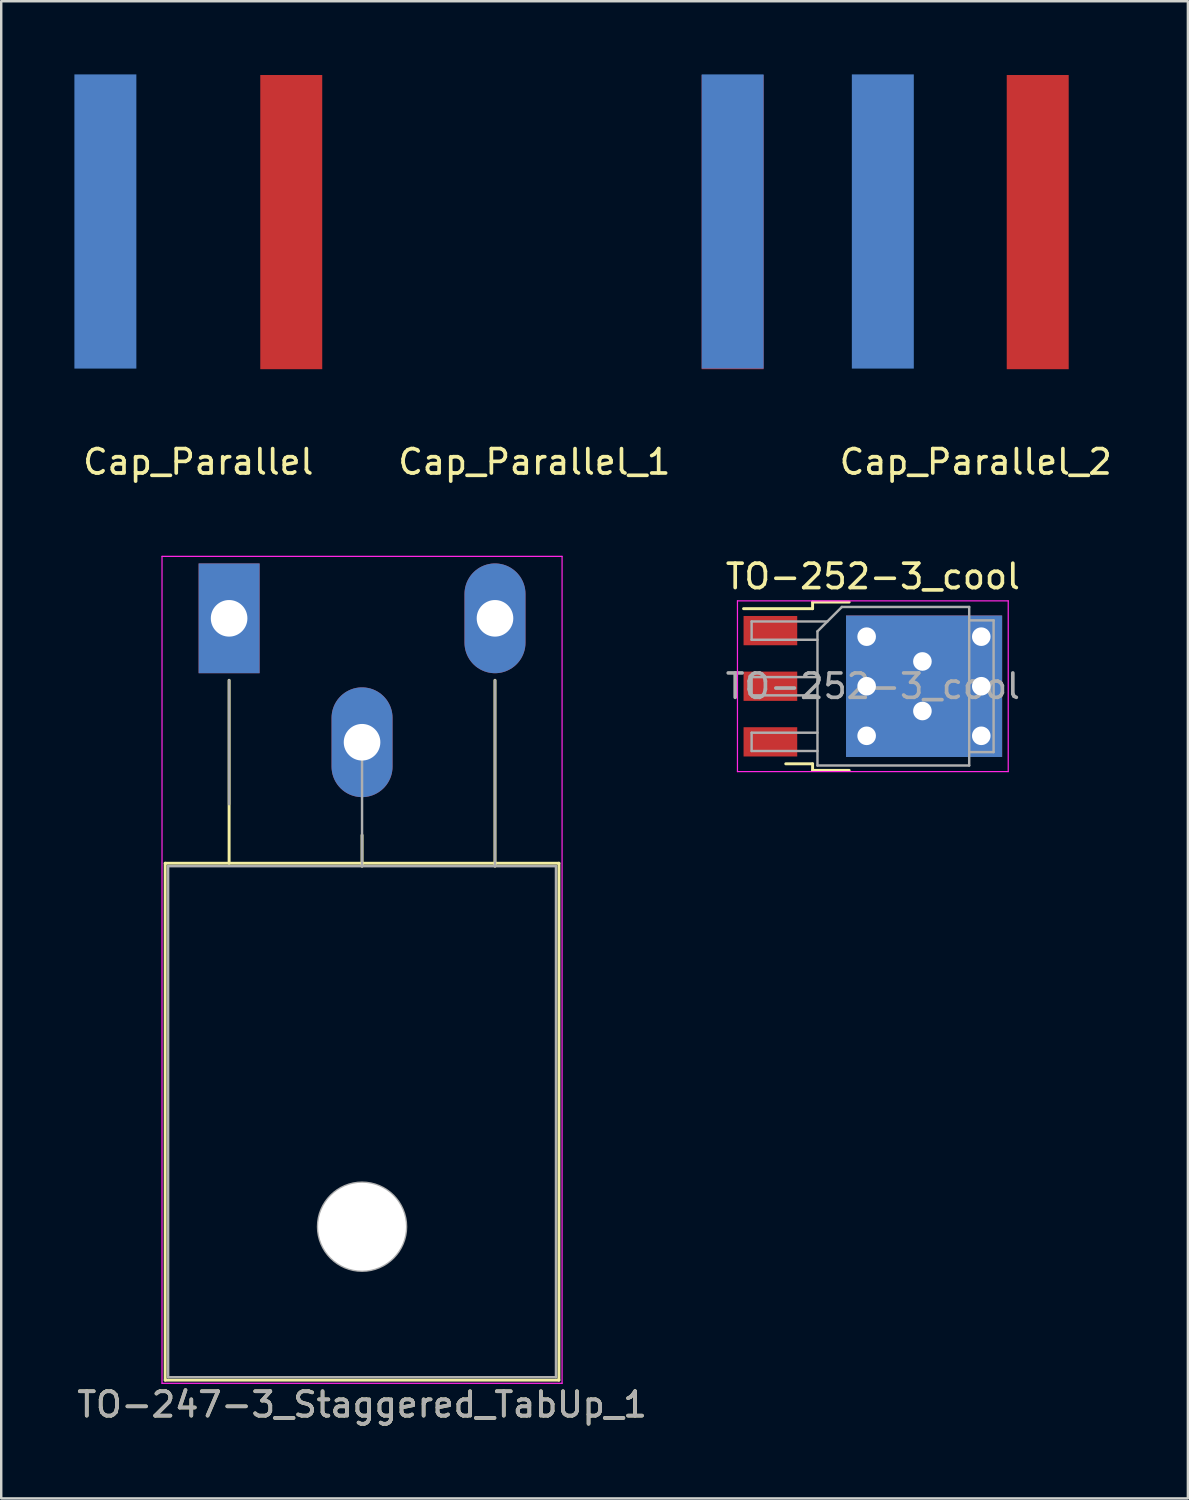
<source format=kicad_pcb>
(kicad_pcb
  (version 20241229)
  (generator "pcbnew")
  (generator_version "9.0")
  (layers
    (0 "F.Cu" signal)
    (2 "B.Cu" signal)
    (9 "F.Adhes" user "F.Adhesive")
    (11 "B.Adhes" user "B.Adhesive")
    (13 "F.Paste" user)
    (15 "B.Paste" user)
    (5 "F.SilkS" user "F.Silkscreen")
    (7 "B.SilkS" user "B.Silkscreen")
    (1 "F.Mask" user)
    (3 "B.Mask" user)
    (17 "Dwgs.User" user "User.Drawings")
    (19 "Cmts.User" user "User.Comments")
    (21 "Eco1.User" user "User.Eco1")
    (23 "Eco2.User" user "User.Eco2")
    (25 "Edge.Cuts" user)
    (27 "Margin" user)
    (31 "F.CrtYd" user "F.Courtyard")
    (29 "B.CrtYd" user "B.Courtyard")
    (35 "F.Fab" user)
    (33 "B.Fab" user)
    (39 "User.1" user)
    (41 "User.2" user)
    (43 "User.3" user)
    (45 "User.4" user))
  (footprint "TO-247-3_Staggered_TabUp_1"
    (layer "F.Cu")
    (at 6.342 27.378)
    (property "Reference" "TO-247-3_Staggered_TabUp_1" (at 5.45 27.15 0) (layer "F.SilkS") (effects (font (size 1 1) (thickness 0.15))))
    (attr through_hole)
    (fp_line (start -2.62 4.96) (end -2.62 26.15) (stroke (width 0.12) (type solid)) (layer "F.SilkS"))
    (fp_line (start -2.62 4.96) (end 13.52 4.96) (stroke (width 0.12) (type solid)) (layer "F.SilkS"))
    (fp_line (start -2.62 26.15) (end 13.52 26.15) (stroke (width 0.12) (type solid)) (layer "F.SilkS"))
    (fp_line (start 0 -2.54) (end 0 4.96) (stroke (width 0.12) (type solid)) (layer "F.SilkS"))
    (fp_line (start 5.45 3.81) (end 5.45 5.08) (stroke (width 0.12) (type solid)) (layer "F.SilkS"))
    (fp_line (start 10.9 -2.54) (end 10.9 5.08) (stroke (width 0.12) (type solid)) (layer "F.SilkS"))
    (fp_line (start 13.52 4.96) (end 13.52 26.15) (stroke (width 0.12) (type solid)) (layer "F.SilkS"))
    (fp_line (start -2.75 -7.62) (end -2.75 26.28) (stroke (width 0.05) (type solid)) (layer "F.CrtYd"))
    (fp_line (start -2.75 26.28) (end 13.65 26.28) (stroke (width 0.05) (type solid)) (layer "F.CrtYd"))
    (fp_line (start 13.65 -7.62) (end -2.75 -7.62) (stroke (width 0.05) (type solid)) (layer "F.CrtYd"))
    (fp_line (start 13.65 26.28) (end 13.65 -7.62) (stroke (width 0.05) (type solid)) (layer "F.CrtYd"))
    (fp_line (start -2.5 5.08) (end -2.5 26.03) (stroke (width 0.1) (type solid)) (layer "F.Fab"))
    (fp_line (start -2.5 26.03) (end 13.4 26.03) (stroke (width 0.1) (type solid)) (layer "F.Fab"))
    (fp_line (start 0 2.54) (end 0 -2.54) (stroke (width 0.1) (type solid)) (layer "F.Fab"))
    (fp_line (start 5.45 5.08) (end 5.45 0) (stroke (width 0.1) (type solid)) (layer "F.Fab"))
    (fp_line (start 10.9 5.08) (end 10.9 -2.54) (stroke (width 0.1) (type solid)) (layer "F.Fab"))
    (fp_line (start 13.4 5.08) (end -2.5 5.08) (stroke (width 0.1) (type solid)) (layer "F.Fab"))
    (fp_line (start 13.4 26.03) (end 13.4 5.08) (stroke (width 0.1) (type solid)) (layer "F.Fab"))
    (fp_circle (center 5.45 19.86) (end 7.255 19.86) (stroke (width 0.1) (type solid)) (fill no) (layer "F.Fab"))
    (fp_text user "${REFERENCE}" (at 5.45 27.15 0) (layer "F.Fab") (effects (font (size 1 1) (thickness 0.15))))
    (pad "" np_thru_hole oval (at 5.45 19.86) (size 3.6 3.6) (drill 3.6) (layers "*.Cu" "*.Mask"))
    (pad "1" thru_hole rect (at 0 -5.08) (size 2.5 4.5) (drill 1.5) (layers "*.Cu" "*.Mask"))
    (pad "2" thru_hole oval (at 5.45 0) (size 2.5 4.5) (drill 1.5) (layers "*.Cu" "*.Mask"))
    (pad "3" thru_hole oval (at 10.9 -5.08) (size 2.5 4.5) (drill 1.5) (layers "*.Cu" "*.Mask")))
  (footprint "Cap_Parallel_2"
    (layer "F.Cu")
    (at 36.951 12.075)
    (property "Reference" "Cap_Parallel_2" (at 0 3.81 0) (layer "F.SilkS") (effects (font (size 1 1) (thickness 0.15))))
    (attr through_hole)
    (pad "1" smd rect (at -3.81 -6.045) (size 2.54 12.06) (layers "B.Cu" "B.Mask" "B.Paste"))
    (pad "2" smd rect (at 2.54 -6.02) (size 2.54 12.06) (layers "F.Cu" "F.Mask" "F.Paste")))
  (footprint "Cap_Parallel"
    (layer "F.Cu")
    (at 5.08 12.075)
    (property "Reference" "Cap_Parallel" (at 0 3.81 0) (layer "F.SilkS") (effects (font (size 1 1) (thickness 0.15))))
    (attr through_hole)
    (pad "1" smd rect (at -3.81 -6.045) (size 2.54 12.06) (layers "B.Cu" "B.Mask" "B.Paste"))
    (pad "2" smd rect (at 3.81 -6.02) (size 2.54 12.06) (layers "F.Cu" "F.Mask" "F.Paste")))
  (footprint "TO-252-3_cool"
    (layer "F.Cu")
    (at 32.732 25.082)
    (property "Reference" "TO-252-3_cool" (at 0 -4.5 0) (layer "F.SilkS") (effects (font (size 1 1) (thickness 0.15))))
    (attr smd)
    (fp_line (start -2.47 -3.45) (end -2.47 -3.18) (stroke (width 0.12) (type solid)) (layer "F.SilkS"))
    (fp_line (start -2.47 -3.18) (end -5.3 -3.18) (stroke (width 0.12) (type solid)) (layer "F.SilkS"))
    (fp_line (start -2.47 3.18) (end -3.57 3.18) (stroke (width 0.12) (type solid)) (layer "F.SilkS"))
    (fp_line (start -2.47 3.45) (end -2.47 3.18) (stroke (width 0.12) (type solid)) (layer "F.SilkS"))
    (fp_line (start -0.97 -3.45) (end -2.47 -3.45) (stroke (width 0.12) (type solid)) (layer "F.SilkS"))
    (fp_line (start -0.97 3.45) (end -2.47 3.45) (stroke (width 0.12) (type solid)) (layer "F.SilkS"))
    (fp_line (start -5.55 -3.5) (end -5.55 3.5) (stroke (width 0.05) (type solid)) (layer "F.CrtYd"))
    (fp_line (start -5.55 3.5) (end 5.55 3.5) (stroke (width 0.05) (type solid)) (layer "F.CrtYd"))
    (fp_line (start 5.55 -3.5) (end -5.55 -3.5) (stroke (width 0.05) (type solid)) (layer "F.CrtYd"))
    (fp_line (start 5.55 3.5) (end 5.55 -3.5) (stroke (width 0.05) (type solid)) (layer "F.CrtYd"))
    (fp_line (start -4.97 -2.655) (end -4.97 -1.905) (stroke (width 0.1) (type solid)) (layer "F.Fab"))
    (fp_line (start -4.97 -1.905) (end -2.27 -1.905) (stroke (width 0.1) (type solid)) (layer "F.Fab"))
    (fp_line (start -4.97 -0.375) (end -4.97 0.375) (stroke (width 0.1) (type solid)) (layer "F.Fab"))
    (fp_line (start -4.97 0.375) (end -2.27 0.375) (stroke (width 0.1) (type solid)) (layer "F.Fab"))
    (fp_line (start -4.97 1.905) (end -4.97 2.655) (stroke (width 0.1) (type solid)) (layer "F.Fab"))
    (fp_line (start -4.97 2.655) (end -2.27 2.655) (stroke (width 0.1) (type solid)) (layer "F.Fab"))
    (fp_line (start -2.27 -2.25) (end -1.27 -3.25) (stroke (width 0.1) (type solid)) (layer "F.Fab"))
    (fp_line (start -2.27 -0.375) (end -4.97 -0.375) (stroke (width 0.1) (type solid)) (layer "F.Fab"))
    (fp_line (start -2.27 1.905) (end -4.97 1.905) (stroke (width 0.1) (type solid)) (layer "F.Fab"))
    (fp_line (start -2.27 3.25) (end -2.27 -2.25) (stroke (width 0.1) (type solid)) (layer "F.Fab"))
    (fp_line (start -1.865 -2.655) (end -4.97 -2.655) (stroke (width 0.1) (type solid)) (layer "F.Fab"))
    (fp_line (start -1.27 -3.25) (end 3.95 -3.25) (stroke (width 0.1) (type solid)) (layer "F.Fab"))
    (fp_line (start 3.95 -3.25) (end 3.95 3.25) (stroke (width 0.1) (type solid)) (layer "F.Fab"))
    (fp_line (start 3.95 -2.7) (end 4.95 -2.7) (stroke (width 0.1) (type solid)) (layer "F.Fab"))
    (fp_line (start 3.95 3.25) (end -2.27 3.25) (stroke (width 0.1) (type solid)) (layer "F.Fab"))
    (fp_line (start 4.95 -2.7) (end 4.95 2.7) (stroke (width 0.1) (type solid)) (layer "F.Fab"))
    (fp_line (start 4.95 2.7) (end 3.95 2.7) (stroke (width 0.1) (type solid)) (layer "F.Fab"))
    (fp_text user "${REFERENCE}" (at 0 0 0) (layer "F.Fab") (effects (font (size 1 1) (thickness 0.15))))
    (pad "" thru_hole circle (at -0.254 -2.032) (size 1.524 1.524) (drill 0.762) (layers "*.Cu" "*.Mask"))
    (pad "" thru_hole circle (at -0.254 0) (size 1.524 1.524) (drill 0.762) (layers "*.Cu" "*.Mask"))
    (pad "" thru_hole circle (at -0.254 2.032) (size 1.524 1.524) (drill 0.762) (layers "*.Cu" "*.Mask"))
    (pad "" smd rect (at 0.425 -1.525) (size 3.05 2.75) (layers "F.Paste"))
    (pad "" smd rect (at 0.425 1.525) (size 3.05 2.75) (layers "F.Paste"))
    (pad "" thru_hole circle (at 2.032 -1.016) (size 1.524 1.524) (drill 0.762) (layers "*.Cu" "*.Mask"))
    (pad "" thru_hole circle (at 2.032 1.016) (size 1.524 1.524) (drill 0.762) (layers "*.Cu" "*.Mask"))
    (pad "" smd rect (at 3.775 -1.525) (size 3.05 2.75) (layers "F.Paste"))
    (pad "" smd rect (at 3.775 1.525) (size 3.05 2.75) (layers "F.Paste"))
    (pad "" thru_hole circle (at 4.445 -2.032) (size 1.524 1.524) (drill 0.762) (layers "*.Cu" "*.Mask"))
    (pad "" thru_hole circle (at 4.445 0) (size 1.524 1.524) (drill 0.762) (layers "*.Cu" "*.Mask"))
    (pad "" thru_hole circle (at 4.445 2.032) (size 1.524 1.524) (drill 0.762) (layers "*.Cu" "*.Mask"))
    (pad "1" smd rect (at -4.2 -2.28) (size 2.2 1.2) (layers "F.Cu" "F.Mask" "F.Paste"))
    (pad "2" smd rect (at -4.2 0) (size 2.2 1.2) (layers "F.Cu" "F.Mask" "F.Paste"))
    (pad "2" smd rect (at 2.1 0) (size 6.4 5.8) (layers "F.Cu" "F.Mask"))
    (pad "2" smd rect (at 2.1 0) (size 6.4 5.8) (layers "F.Mask" "B.Cu"))
    (pad "3" smd rect (at -4.2 2.28) (size 2.2 1.2) (layers "F.Cu" "F.Mask" "F.Paste")))
  (footprint "Cap_Parallel_1"
    (layer "F.Cu")
    (at 18.856 12.075)
    (property "Reference" "Cap_Parallel_1" (at 0 3.81 0) (layer "F.SilkS") (effects (font (size 1 1) (thickness 0.15))))
    (attr through_hole)
    (pad "1" smd rect (at 8.128 -6.045) (size 2.54 12.06) (layers "B.Cu" "B.Mask" "B.Paste"))
    (pad "2" smd rect (at 8.128 -6.02) (size 2.54 12.06) (layers "F.Cu" "F.Mask" "F.Paste")))
  (gr_rect
    (start -3 -3)
    (end 45.647 58.377)
    (stroke (width 0.1) (type default))
    (fill no)
    (layer "Edge.Cuts")))
</source>
